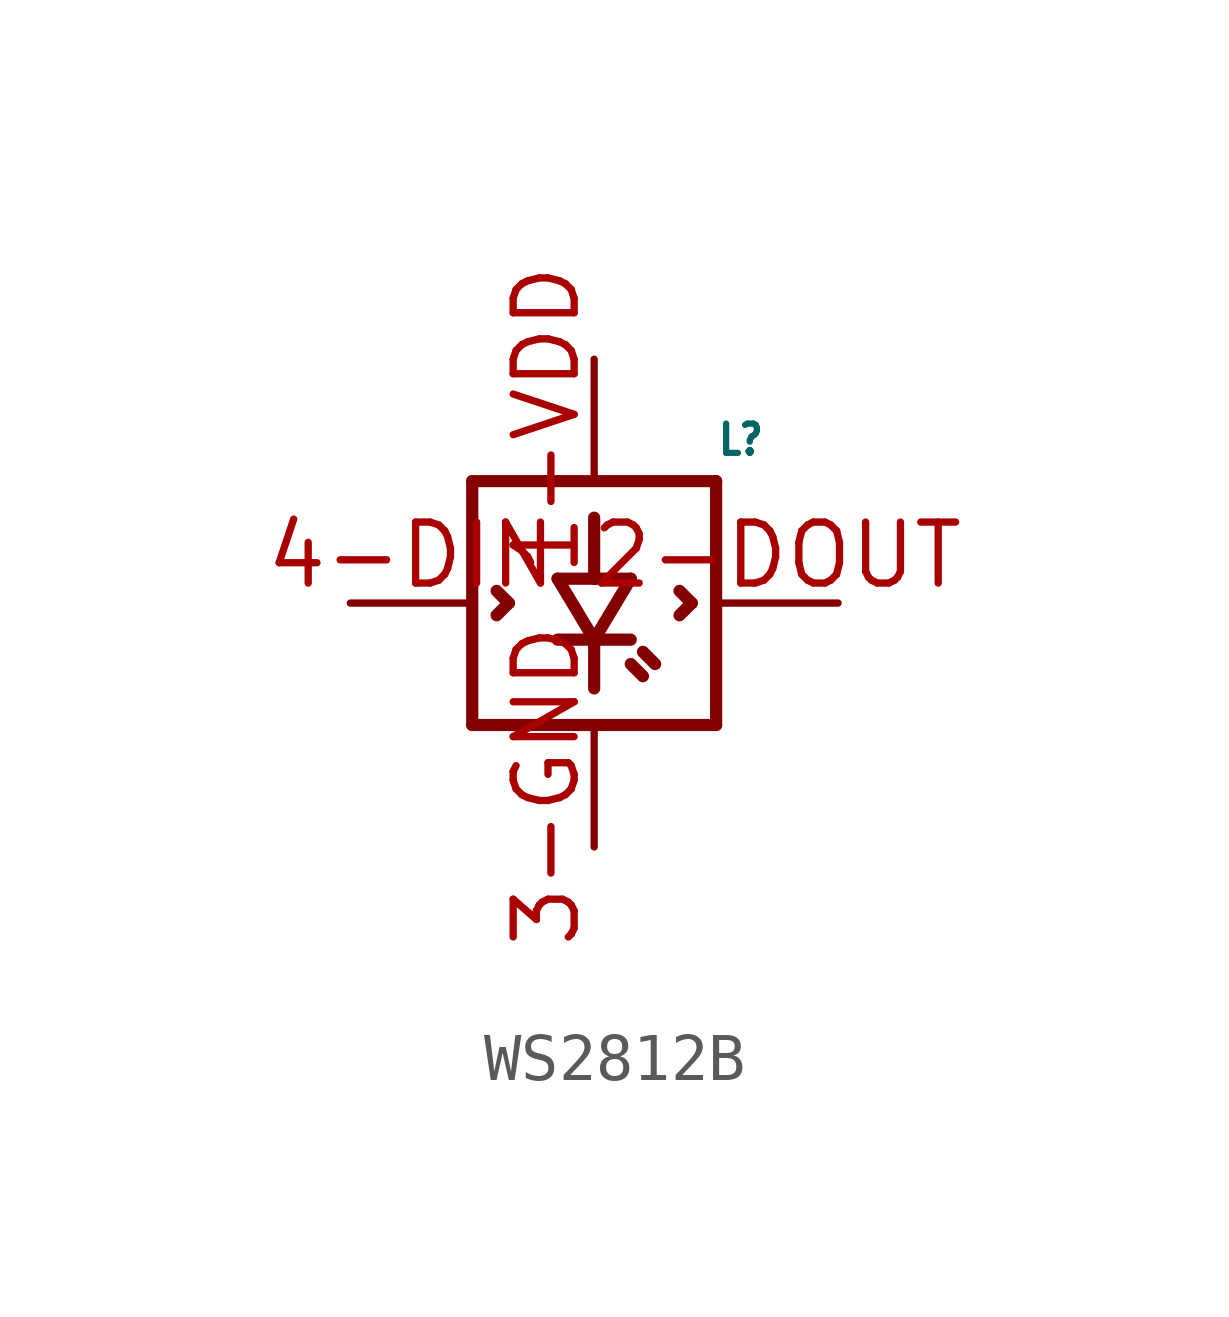
<source format=kicad_sym>
(kicad_symbol_lib
  (version 20211014)
  (generator kicad_symbol_editor)
  (symbol "WS2812B"
    (property "Reference" "L"
      (at 2.54 3.048 0)
      (effects (font (size 0.61 0.518)) (justify left bottom)))
    (property "ki_locked" ""
      (at 0 0 0)
      (effects (font (size 1.27 1.27))))
    (symbol "WS2812B_1_0"
      (polyline (pts (xy -2.54 -2.54) (xy -2.54 2.54)) (stroke (width 0.254) (type default) (color 0 0 0 0)) (fill (type none)))
      (polyline (pts (xy -2.54 2.54) (xy 2.54 2.54)) (stroke (width 0.254) (type default) (color 0 0 0 0)) (fill (type none)))
      (polyline (pts (xy -2.032 0.254) (xy -1.778 0)) (stroke (width 0.254) (type default) (color 0 0 0 0)) (fill (type none)))
      (polyline (pts (xy -1.778 0) (xy -2.032 -0.254)) (stroke (width 0.254) (type default) (color 0 0 0 0)) (fill (type none)))
      (polyline (pts (xy -0.762 -0.762) (xy 0.762 -0.762)) (stroke (width 0.254) (type default) (color 0 0 0 0)) (fill (type none)))
      (polyline (pts (xy -0.762 0.508) (xy 0 -0.762)) (stroke (width 0.254) (type default) (color 0 0 0 0)) (fill (type none)))
      (polyline (pts (xy 0 -0.762) (xy 0 -1.778)) (stroke (width 0.254) (type default) (color 0 0 0 0)) (fill (type none)))
      (polyline (pts (xy 0 -0.762) (xy 0.762 0.508)) (stroke (width 0.254) (type default) (color 0 0 0 0)) (fill (type none)))
      (polyline (pts (xy 0 0.508) (xy -0.762 0.508)) (stroke (width 0.254) (type default) (color 0 0 0 0)) (fill (type none)))
      (polyline (pts (xy 0 1.778) (xy 0 0.508)) (stroke (width 0.254) (type default) (color 0 0 0 0)) (fill (type none)))
      (polyline (pts (xy 0.762 -1.27) (xy 1.016 -1.524)) (stroke (width 0.254) (type default) (color 0 0 0 0)) (fill (type none)))
      (polyline (pts (xy 0.762 0.508) (xy 0 0.508)) (stroke (width 0.254) (type default) (color 0 0 0 0)) (fill (type none)))
      (polyline (pts (xy 1.016 -1.016) (xy 1.27 -1.27)) (stroke (width 0.254) (type default) (color 0 0 0 0)) (fill (type none)))
      (polyline (pts (xy 1.778 0.254) (xy 2.032 0)) (stroke (width 0.254) (type default) (color 0 0 0 0)) (fill (type none)))
      (polyline (pts (xy 2.032 0) (xy 1.778 -0.254)) (stroke (width 0.254) (type default) (color 0 0 0 0)) (fill (type none)))
      (polyline (pts (xy 2.54 -2.54) (xy -2.54 -2.54)) (stroke (width 0.254) (type default) (color 0 0 0 0)) (fill (type none)))
      (polyline (pts (xy 2.54 2.54) (xy 2.54 -2.54)) (stroke (width 0.254) (type default) (color 0 0 0 0)) (fill (type none)))
      (pin bidirectional line (at 0 5.08 270) (length 2.54) (name "VDD" (effects (font (size 0 0)))) (number "1-VDD" (effects (font (size 1.27 1.27)))))
      (pin output line (at 5.08 0 180) (length 2.54) (name "DOUT" (effects (font (size 0 0)))) (number "2-DOUT" (effects (font (size 1.27 1.27)))))
      (pin bidirectional line (at 0 -5.08 90) (length 2.54) (name "GND" (effects (font (size 0 0)))) (number "3-GND" (effects (font (size 1.27 1.27)))))
      (pin input line (at -5.08 0 0) (length 2.54) (name "DIN" (effects (font (size 0 0)))) (number "4-DIN" (effects (font (size 1.27 1.27))))))))
</source>
